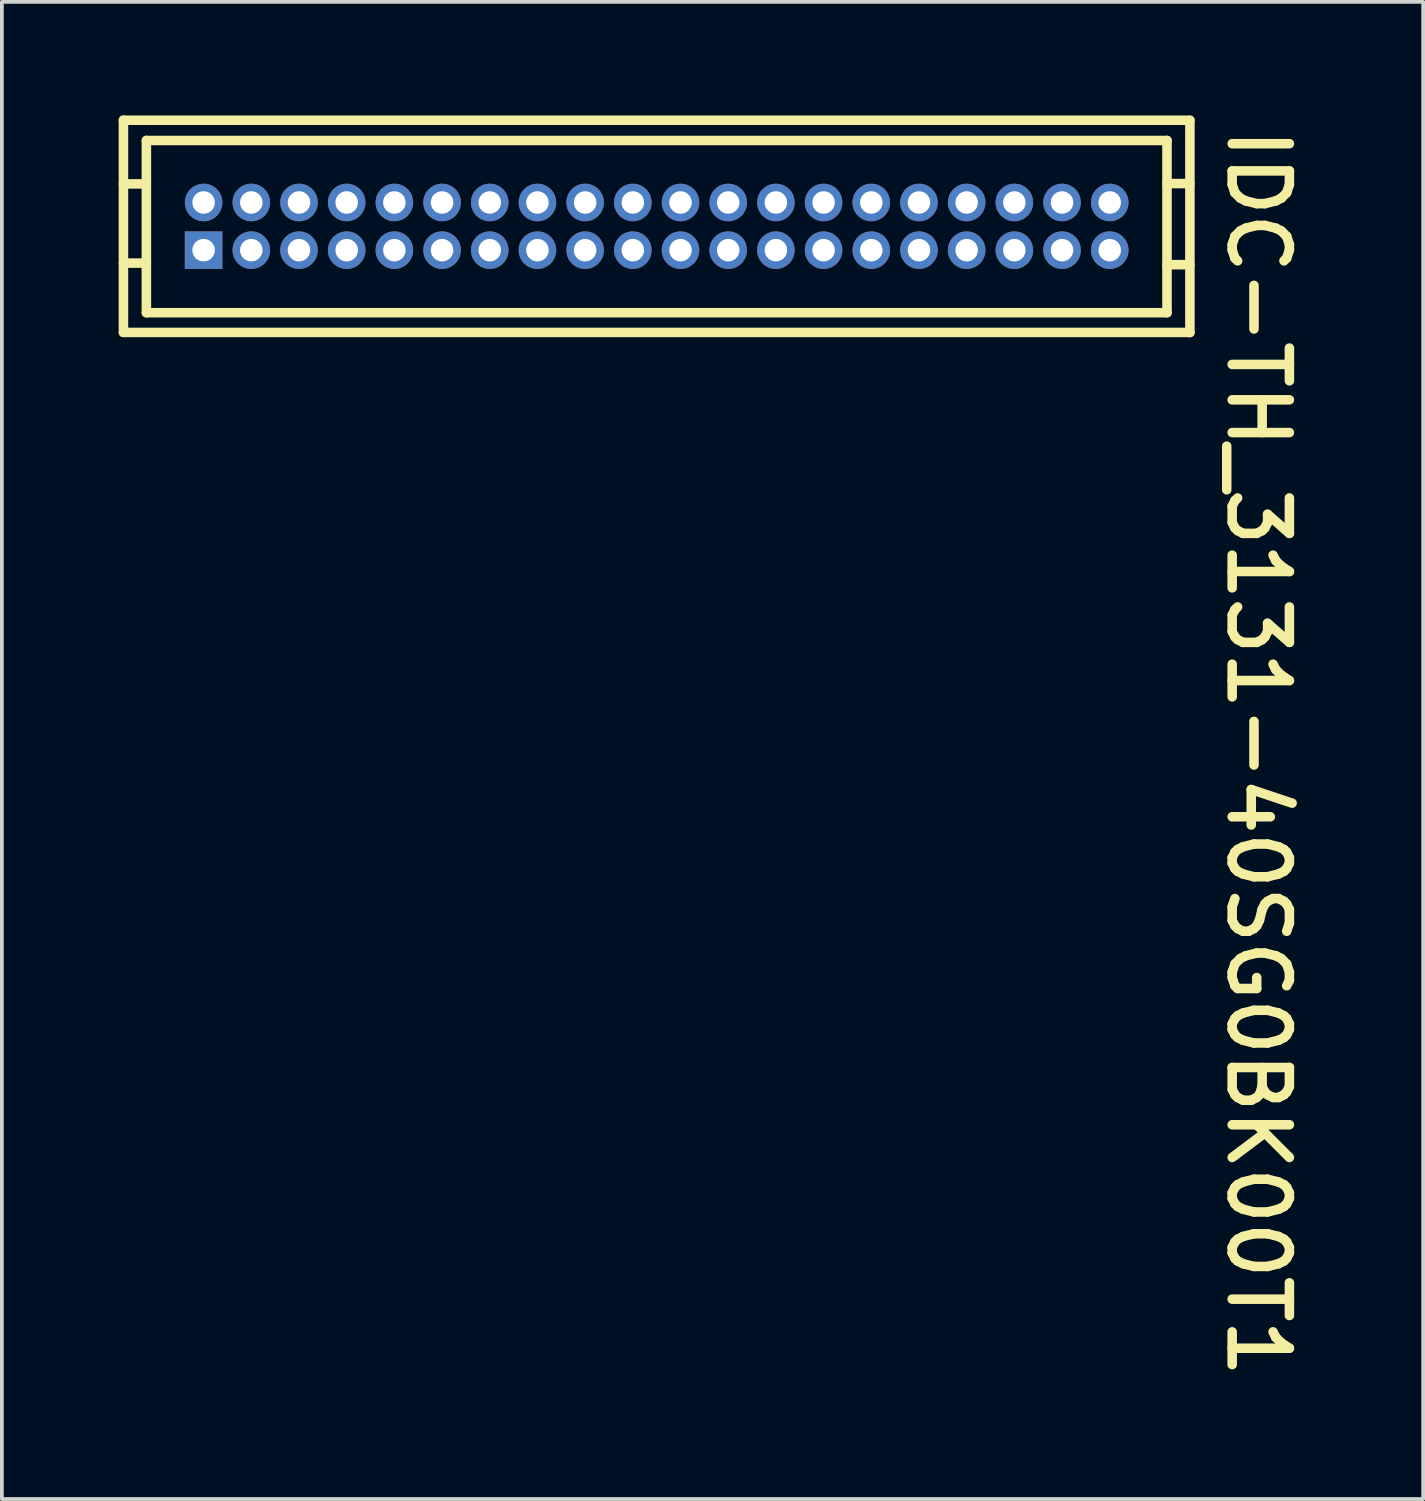
<source format=kicad_pcb>
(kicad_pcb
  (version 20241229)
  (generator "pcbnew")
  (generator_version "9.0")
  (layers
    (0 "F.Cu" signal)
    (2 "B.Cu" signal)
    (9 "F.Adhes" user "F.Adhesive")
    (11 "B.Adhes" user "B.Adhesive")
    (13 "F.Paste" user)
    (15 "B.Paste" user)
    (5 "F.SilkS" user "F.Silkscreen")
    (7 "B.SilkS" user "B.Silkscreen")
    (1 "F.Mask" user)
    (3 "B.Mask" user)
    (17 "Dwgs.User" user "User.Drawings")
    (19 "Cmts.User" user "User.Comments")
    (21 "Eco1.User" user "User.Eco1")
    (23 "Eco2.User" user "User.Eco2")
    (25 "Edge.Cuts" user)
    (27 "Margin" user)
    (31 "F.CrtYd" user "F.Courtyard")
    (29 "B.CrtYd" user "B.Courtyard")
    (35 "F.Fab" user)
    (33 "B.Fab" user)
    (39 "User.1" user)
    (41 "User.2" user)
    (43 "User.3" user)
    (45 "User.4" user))
  (footprint "IDC-TH_3131-40SG0BK00T1"
    (layer "F.Cu")
    (at 14.437 2.977)
    (property "Reference" "IDC-TH_3131-40SG0BK00T1" (at 15.126 -2.731 270) (unlocked yes) (layer "F.SilkS") (effects (font (size 1.524 1.524) (thickness 0.254)) (justify left bottom)))
    (fp_line (start -14.2 -2.825) (end -14.2 2.825) (stroke (width 0.254) (type solid)) (layer "F.SilkS"))
    (fp_line (start -14.2 -2.825) (end 14.2 -2.825) (stroke (width 0.254) (type solid)) (layer "F.SilkS"))
    (fp_line (start -14.2 -1.129) (end -13.589 -1.129) (stroke (width 0.254) (type solid)) (layer "F.SilkS"))
    (fp_line (start -14.2 0.98) (end -13.589 0.98) (stroke (width 0.254) (type solid)) (layer "F.SilkS"))
    (fp_line (start -14.2 2.825) (end 14.2 2.825) (stroke (width 0.254) (type solid)) (layer "F.SilkS"))
    (fp_line (start -13.589 -2.286) (end -13.589 2.3) (stroke (width 0.254) (type solid)) (layer "F.SilkS"))
    (fp_line (start -13.589 -2.286) (end 13.59 -2.286) (stroke (width 0.254) (type solid)) (layer "F.SilkS"))
    (fp_line (start -13.589 2.3) (end 13.59 2.3) (stroke (width 0.254) (type solid)) (layer "F.SilkS"))
    (fp_line (start 13.589 -1.138) (end 14.2 -1.138) (stroke (width 0.254) (type solid)) (layer "F.SilkS"))
    (fp_line (start 13.589 1.021) (end 14.2 1.021) (stroke (width 0.254) (type solid)) (layer "F.SilkS"))
    (fp_line (start 13.59 -2.286) (end 13.59 2.3) (stroke (width 0.254) (type solid)) (layer "F.SilkS"))
    (fp_line (start 14.2 -2.82) (end 14.2 2.83) (stroke (width 0.254) (type solid)) (layer "F.SilkS"))
    (fp_line (start -14.327 -2.952) (end -14.327 2.957) (stroke (width 0.051) (type solid)) (layer "Eco1.User"))
    (fp_line (start -14.327 -2.952) (end 14.327 -2.952) (stroke (width 0.051) (type solid)) (layer "Eco1.User"))
    (fp_line (start -14.327 2.957) (end 14.327 2.957) (stroke (width 0.051) (type solid)) (layer "Eco1.User"))
    (fp_line (start 14.327 -2.952) (end 14.327 2.957) (stroke (width 0.051) (type solid)) (layer "Eco1.User"))
    (fp_poly (pts (xy -14.267 2.957) (xy -14.267 2.932) (xy -14.302 2.897) (xy -14.352 2.897) (xy -14.387 2.932) (xy -14.387 2.957) (xy -14.387 2.982) (xy -14.352 3.017) (xy -14.302 3.017) (xy -14.267 2.982)) (stroke (width 0.1) (type default)) (fill no) (layer "Eco1.User"))
    (fp_poly (pts (xy -11.865 -0.635) (xy -11.865 -0.675) (xy -11.895 -0.748) (xy -11.952 -0.805) (xy -12.025 -0.835) (xy -12.105 -0.835) (xy -12.178 -0.805) (xy -12.235 -0.748) (xy -12.265 -0.675) (xy -12.265 -0.635) (xy -12.265 -0.595) (xy -12.235 -0.522) (xy -12.178 -0.465) (xy -12.105 -0.435) (xy -12.025 -0.435) (xy -11.952 -0.465) (xy -11.895 -0.522) (xy -11.865 -0.595)) (stroke (width 0.1) (type default)) (fill no) (layer "Eco1.User"))
    (fp_poly (pts (xy -11.865 0.635) (xy -11.865 0.595) (xy -11.895 0.522) (xy -11.952 0.465) (xy -12.025 0.435) (xy -12.105 0.435) (xy -12.178 0.465) (xy -12.235 0.522) (xy -12.265 0.595) (xy -12.265 0.635) (xy -12.265 0.675) (xy -12.235 0.748) (xy -12.178 0.805) (xy -12.105 0.835) (xy -12.025 0.835) (xy -11.952 0.805) (xy -11.895 0.748) (xy -11.865 0.675)) (stroke (width 0.1) (type default)) (fill no) (layer "Eco1.User"))
    (fp_poly (pts (xy -10.595 -0.635) (xy -10.595 -0.675) (xy -10.625 -0.748) (xy -10.682 -0.805) (xy -10.755 -0.835) (xy -10.835 -0.835) (xy -10.908 -0.805) (xy -10.965 -0.748) (xy -10.995 -0.675) (xy -10.995 -0.635) (xy -10.995 -0.595) (xy -10.965 -0.522) (xy -10.908 -0.465) (xy -10.835 -0.435) (xy -10.755 -0.435) (xy -10.682 -0.465) (xy -10.625 -0.522) (xy -10.595 -0.595)) (stroke (width 0.1) (type default)) (fill no) (layer "Eco1.User"))
    (fp_poly (pts (xy -10.595 0.635) (xy -10.595 0.595) (xy -10.625 0.522) (xy -10.682 0.465) (xy -10.755 0.435) (xy -10.835 0.435) (xy -10.908 0.465) (xy -10.965 0.522) (xy -10.995 0.595) (xy -10.995 0.635) (xy -10.995 0.675) (xy -10.965 0.748) (xy -10.908 0.805) (xy -10.835 0.835) (xy -10.755 0.835) (xy -10.682 0.805) (xy -10.625 0.748) (xy -10.595 0.675)) (stroke (width 0.1) (type default)) (fill no) (layer "Eco1.User"))
    (fp_poly (pts (xy -9.325 -0.635) (xy -9.325 -0.675) (xy -9.355 -0.748) (xy -9.412 -0.805) (xy -9.485 -0.835) (xy -9.565 -0.835) (xy -9.638 -0.805) (xy -9.695 -0.748) (xy -9.725 -0.675) (xy -9.725 -0.635) (xy -9.725 -0.595) (xy -9.695 -0.522) (xy -9.638 -0.465) (xy -9.565 -0.435) (xy -9.485 -0.435) (xy -9.412 -0.465) (xy -9.355 -0.522) (xy -9.325 -0.595)) (stroke (width 0.1) (type default)) (fill no) (layer "Eco1.User"))
    (fp_poly (pts (xy -9.325 0.635) (xy -9.325 0.595) (xy -9.355 0.522) (xy -9.412 0.465) (xy -9.485 0.435) (xy -9.565 0.435) (xy -9.638 0.465) (xy -9.695 0.522) (xy -9.725 0.595) (xy -9.725 0.635) (xy -9.725 0.675) (xy -9.695 0.748) (xy -9.638 0.805) (xy -9.565 0.835) (xy -9.485 0.835) (xy -9.412 0.805) (xy -9.355 0.748) (xy -9.325 0.675)) (stroke (width 0.1) (type default)) (fill no) (layer "Eco1.User"))
    (fp_poly (pts (xy -8.055 -0.635) (xy -8.055 -0.675) (xy -8.085 -0.748) (xy -8.142 -0.805) (xy -8.215 -0.835) (xy -8.295 -0.835) (xy -8.368 -0.805) (xy -8.425 -0.748) (xy -8.455 -0.675) (xy -8.455 -0.635) (xy -8.455 -0.595) (xy -8.425 -0.522) (xy -8.368 -0.465) (xy -8.295 -0.435) (xy -8.215 -0.435) (xy -8.142 -0.465) (xy -8.085 -0.522) (xy -8.055 -0.595)) (stroke (width 0.1) (type default)) (fill no) (layer "Eco1.User"))
    (fp_poly (pts (xy -8.055 0.635) (xy -8.055 0.595) (xy -8.085 0.522) (xy -8.142 0.465) (xy -8.215 0.435) (xy -8.295 0.435) (xy -8.368 0.465) (xy -8.425 0.522) (xy -8.455 0.595) (xy -8.455 0.635) (xy -8.455 0.675) (xy -8.425 0.748) (xy -8.368 0.805) (xy -8.295 0.835) (xy -8.215 0.835) (xy -8.142 0.805) (xy -8.085 0.748) (xy -8.055 0.675)) (stroke (width 0.1) (type default)) (fill no) (layer "Eco1.User"))
    (fp_poly (pts (xy -6.785 -0.635) (xy -6.785 -0.675) (xy -6.815 -0.748) (xy -6.872 -0.805) (xy -6.945 -0.835) (xy -7.025 -0.835) (xy -7.098 -0.805) (xy -7.155 -0.748) (xy -7.185 -0.675) (xy -7.185 -0.635) (xy -7.185 -0.595) (xy -7.155 -0.522) (xy -7.098 -0.465) (xy -7.025 -0.435) (xy -6.945 -0.435) (xy -6.872 -0.465) (xy -6.815 -0.522) (xy -6.785 -0.595)) (stroke (width 0.1) (type default)) (fill no) (layer "Eco1.User"))
    (fp_poly (pts (xy -6.785 0.635) (xy -6.785 0.595) (xy -6.815 0.522) (xy -6.872 0.465) (xy -6.945 0.435) (xy -7.025 0.435) (xy -7.098 0.465) (xy -7.155 0.522) (xy -7.185 0.595) (xy -7.185 0.635) (xy -7.185 0.675) (xy -7.155 0.748) (xy -7.098 0.805) (xy -7.025 0.835) (xy -6.945 0.835) (xy -6.872 0.805) (xy -6.815 0.748) (xy -6.785 0.675)) (stroke (width 0.1) (type default)) (fill no) (layer "Eco1.User"))
    (fp_poly (pts (xy -5.515 -0.635) (xy -5.515 -0.675) (xy -5.545 -0.748) (xy -5.602 -0.805) (xy -5.675 -0.835) (xy -5.755 -0.835) (xy -5.828 -0.805) (xy -5.885 -0.748) (xy -5.915 -0.675) (xy -5.915 -0.635) (xy -5.915 -0.595) (xy -5.885 -0.522) (xy -5.828 -0.465) (xy -5.755 -0.435) (xy -5.675 -0.435) (xy -5.602 -0.465) (xy -5.545 -0.522) (xy -5.515 -0.595)) (stroke (width 0.1) (type default)) (fill no) (layer "Eco1.User"))
    (fp_poly (pts (xy -5.515 0.635) (xy -5.515 0.595) (xy -5.545 0.522) (xy -5.602 0.465) (xy -5.675 0.435) (xy -5.755 0.435) (xy -5.828 0.465) (xy -5.885 0.522) (xy -5.915 0.595) (xy -5.915 0.635) (xy -5.915 0.675) (xy -5.885 0.748) (xy -5.828 0.805) (xy -5.755 0.835) (xy -5.675 0.835) (xy -5.602 0.805) (xy -5.545 0.748) (xy -5.515 0.675)) (stroke (width 0.1) (type default)) (fill no) (layer "Eco1.User"))
    (fp_poly (pts (xy -4.245 -0.635) (xy -4.245 -0.675) (xy -4.275 -0.748) (xy -4.332 -0.805) (xy -4.405 -0.835) (xy -4.485 -0.835) (xy -4.558 -0.805) (xy -4.615 -0.748) (xy -4.645 -0.675) (xy -4.645 -0.635) (xy -4.645 -0.595) (xy -4.615 -0.522) (xy -4.558 -0.465) (xy -4.485 -0.435) (xy -4.405 -0.435) (xy -4.332 -0.465) (xy -4.275 -0.522) (xy -4.245 -0.595)) (stroke (width 0.1) (type default)) (fill no) (layer "Eco1.User"))
    (fp_poly (pts (xy -4.245 0.635) (xy -4.245 0.595) (xy -4.275 0.522) (xy -4.332 0.465) (xy -4.405 0.435) (xy -4.485 0.435) (xy -4.558 0.465) (xy -4.615 0.522) (xy -4.645 0.595) (xy -4.645 0.635) (xy -4.645 0.675) (xy -4.615 0.748) (xy -4.558 0.805) (xy -4.485 0.835) (xy -4.405 0.835) (xy -4.332 0.805) (xy -4.275 0.748) (xy -4.245 0.675)) (stroke (width 0.1) (type default)) (fill no) (layer "Eco1.User"))
    (fp_poly (pts (xy -2.975 -0.635) (xy -2.975 -0.675) (xy -3.005 -0.748) (xy -3.062 -0.805) (xy -3.135 -0.835) (xy -3.215 -0.835) (xy -3.288 -0.805) (xy -3.345 -0.748) (xy -3.375 -0.675) (xy -3.375 -0.635) (xy -3.375 -0.595) (xy -3.345 -0.522) (xy -3.288 -0.465) (xy -3.215 -0.435) (xy -3.135 -0.435) (xy -3.062 -0.465) (xy -3.005 -0.522) (xy -2.975 -0.595)) (stroke (width 0.1) (type default)) (fill no) (layer "Eco1.User"))
    (fp_poly (pts (xy -2.975 0.635) (xy -2.975 0.595) (xy -3.005 0.522) (xy -3.062 0.465) (xy -3.135 0.435) (xy -3.215 0.435) (xy -3.288 0.465) (xy -3.345 0.522) (xy -3.375 0.595) (xy -3.375 0.635) (xy -3.375 0.675) (xy -3.345 0.748) (xy -3.288 0.805) (xy -3.215 0.835) (xy -3.135 0.835) (xy -3.062 0.805) (xy -3.005 0.748) (xy -2.975 0.675)) (stroke (width 0.1) (type default)) (fill no) (layer "Eco1.User"))
    (fp_poly (pts (xy -1.705 -0.635) (xy -1.705 -0.675) (xy -1.735 -0.748) (xy -1.792 -0.805) (xy -1.865 -0.835) (xy -1.945 -0.835) (xy -2.018 -0.805) (xy -2.075 -0.748) (xy -2.105 -0.675) (xy -2.105 -0.635) (xy -2.105 -0.595) (xy -2.075 -0.522) (xy -2.018 -0.465) (xy -1.945 -0.435) (xy -1.865 -0.435) (xy -1.792 -0.465) (xy -1.735 -0.522) (xy -1.705 -0.595)) (stroke (width 0.1) (type default)) (fill no) (layer "Eco1.User"))
    (fp_poly (pts (xy -1.705 0.635) (xy -1.705 0.595) (xy -1.735 0.522) (xy -1.792 0.465) (xy -1.865 0.435) (xy -1.945 0.435) (xy -2.018 0.465) (xy -2.075 0.522) (xy -2.105 0.595) (xy -2.105 0.635) (xy -2.105 0.675) (xy -2.075 0.748) (xy -2.018 0.805) (xy -1.945 0.835) (xy -1.865 0.835) (xy -1.792 0.805) (xy -1.735 0.748) (xy -1.705 0.675)) (stroke (width 0.1) (type default)) (fill no) (layer "Eco1.User"))
    (fp_poly (pts (xy -0.435 -0.635) (xy -0.435 -0.675) (xy -0.465 -0.748) (xy -0.522 -0.805) (xy -0.595 -0.835) (xy -0.675 -0.835) (xy -0.748 -0.805) (xy -0.805 -0.748) (xy -0.835 -0.675) (xy -0.835 -0.635) (xy -0.835 -0.595) (xy -0.805 -0.522) (xy -0.748 -0.465) (xy -0.675 -0.435) (xy -0.595 -0.435) (xy -0.522 -0.465) (xy -0.465 -0.522) (xy -0.435 -0.595)) (stroke (width 0.1) (type default)) (fill no) (layer "Eco1.User"))
    (fp_poly (pts (xy -0.435 0.635) (xy -0.435 0.595) (xy -0.465 0.522) (xy -0.522 0.465) (xy -0.595 0.435) (xy -0.675 0.435) (xy -0.748 0.465) (xy -0.805 0.522) (xy -0.835 0.595) (xy -0.835 0.635) (xy -0.835 0.675) (xy -0.805 0.748) (xy -0.748 0.805) (xy -0.675 0.835) (xy -0.595 0.835) (xy -0.522 0.805) (xy -0.465 0.748) (xy -0.435 0.675)) (stroke (width 0.1) (type default)) (fill no) (layer "Eco1.User"))
    (fp_poly (pts (xy 0.835 -0.635) (xy 0.835 -0.675) (xy 0.805 -0.748) (xy 0.748 -0.805) (xy 0.675 -0.835) (xy 0.595 -0.835) (xy 0.522 -0.805) (xy 0.465 -0.748) (xy 0.435 -0.675) (xy 0.435 -0.635) (xy 0.435 -0.595) (xy 0.465 -0.522) (xy 0.522 -0.465) (xy 0.595 -0.435) (xy 0.675 -0.435) (xy 0.748 -0.465) (xy 0.805 -0.522) (xy 0.835 -0.595)) (stroke (width 0.1) (type default)) (fill no) (layer "Eco1.User"))
    (fp_poly (pts (xy 0.835 0.635) (xy 0.835 0.595) (xy 0.805 0.522) (xy 0.748 0.465) (xy 0.675 0.435) (xy 0.595 0.435) (xy 0.522 0.465) (xy 0.465 0.522) (xy 0.435 0.595) (xy 0.435 0.635) (xy 0.435 0.675) (xy 0.465 0.748) (xy 0.522 0.805) (xy 0.595 0.835) (xy 0.675 0.835) (xy 0.748 0.805) (xy 0.805 0.748) (xy 0.835 0.675)) (stroke (width 0.1) (type default)) (fill no) (layer "Eco1.User"))
    (fp_poly (pts (xy 2.105 -0.635) (xy 2.105 -0.675) (xy 2.075 -0.748) (xy 2.018 -0.805) (xy 1.945 -0.835) (xy 1.865 -0.835) (xy 1.792 -0.805) (xy 1.735 -0.748) (xy 1.705 -0.675) (xy 1.705 -0.635) (xy 1.705 -0.595) (xy 1.735 -0.522) (xy 1.792 -0.465) (xy 1.865 -0.435) (xy 1.945 -0.435) (xy 2.018 -0.465) (xy 2.075 -0.522) (xy 2.105 -0.595)) (stroke (width 0.1) (type default)) (fill no) (layer "Eco1.User"))
    (fp_poly (pts (xy 2.105 0.635) (xy 2.105 0.595) (xy 2.075 0.522) (xy 2.018 0.465) (xy 1.945 0.435) (xy 1.865 0.435) (xy 1.792 0.465) (xy 1.735 0.522) (xy 1.705 0.595) (xy 1.705 0.635) (xy 1.705 0.675) (xy 1.735 0.748) (xy 1.792 0.805) (xy 1.865 0.835) (xy 1.945 0.835) (xy 2.018 0.805) (xy 2.075 0.748) (xy 2.105 0.675)) (stroke (width 0.1) (type default)) (fill no) (layer "Eco1.User"))
    (fp_poly (pts (xy 3.375 -0.635) (xy 3.375 -0.675) (xy 3.345 -0.748) (xy 3.288 -0.805) (xy 3.215 -0.835) (xy 3.135 -0.835) (xy 3.062 -0.805) (xy 3.005 -0.748) (xy 2.975 -0.675) (xy 2.975 -0.635) (xy 2.975 -0.595) (xy 3.005 -0.522) (xy 3.062 -0.465) (xy 3.135 -0.435) (xy 3.215 -0.435) (xy 3.288 -0.465) (xy 3.345 -0.522) (xy 3.375 -0.595)) (stroke (width 0.1) (type default)) (fill no) (layer "Eco1.User"))
    (fp_poly (pts (xy 3.375 0.635) (xy 3.375 0.595) (xy 3.345 0.522) (xy 3.288 0.465) (xy 3.215 0.435) (xy 3.135 0.435) (xy 3.062 0.465) (xy 3.005 0.522) (xy 2.975 0.595) (xy 2.975 0.635) (xy 2.975 0.675) (xy 3.005 0.748) (xy 3.062 0.805) (xy 3.135 0.835) (xy 3.215 0.835) (xy 3.288 0.805) (xy 3.345 0.748) (xy 3.375 0.675)) (stroke (width 0.1) (type default)) (fill no) (layer "Eco1.User"))
    (fp_poly (pts (xy 4.645 -0.635) (xy 4.645 -0.675) (xy 4.615 -0.748) (xy 4.558 -0.805) (xy 4.485 -0.835) (xy 4.405 -0.835) (xy 4.332 -0.805) (xy 4.275 -0.748) (xy 4.245 -0.675) (xy 4.245 -0.635) (xy 4.245 -0.595) (xy 4.275 -0.522) (xy 4.332 -0.465) (xy 4.405 -0.435) (xy 4.485 -0.435) (xy 4.558 -0.465) (xy 4.615 -0.522) (xy 4.645 -0.595)) (stroke (width 0.1) (type default)) (fill no) (layer "Eco1.User"))
    (fp_poly (pts (xy 4.645 0.635) (xy 4.645 0.595) (xy 4.615 0.522) (xy 4.558 0.465) (xy 4.485 0.435) (xy 4.405 0.435) (xy 4.332 0.465) (xy 4.275 0.522) (xy 4.245 0.595) (xy 4.245 0.635) (xy 4.245 0.675) (xy 4.275 0.748) (xy 4.332 0.805) (xy 4.405 0.835) (xy 4.485 0.835) (xy 4.558 0.805) (xy 4.615 0.748) (xy 4.645 0.675)) (stroke (width 0.1) (type default)) (fill no) (layer "Eco1.User"))
    (fp_poly (pts (xy 5.915 -0.635) (xy 5.915 -0.675) (xy 5.885 -0.748) (xy 5.828 -0.805) (xy 5.755 -0.835) (xy 5.675 -0.835) (xy 5.602 -0.805) (xy 5.545 -0.748) (xy 5.515 -0.675) (xy 5.515 -0.635) (xy 5.515 -0.595) (xy 5.545 -0.522) (xy 5.602 -0.465) (xy 5.675 -0.435) (xy 5.755 -0.435) (xy 5.828 -0.465) (xy 5.885 -0.522) (xy 5.915 -0.595)) (stroke (width 0.1) (type default)) (fill no) (layer "Eco1.User"))
    (fp_poly (pts (xy 5.915 0.635) (xy 5.915 0.595) (xy 5.885 0.522) (xy 5.828 0.465) (xy 5.755 0.435) (xy 5.675 0.435) (xy 5.602 0.465) (xy 5.545 0.522) (xy 5.515 0.595) (xy 5.515 0.635) (xy 5.515 0.675) (xy 5.545 0.748) (xy 5.602 0.805) (xy 5.675 0.835) (xy 5.755 0.835) (xy 5.828 0.805) (xy 5.885 0.748) (xy 5.915 0.675)) (stroke (width 0.1) (type default)) (fill no) (layer "Eco1.User"))
    (fp_poly (pts (xy 7.185 -0.635) (xy 7.185 -0.675) (xy 7.155 -0.748) (xy 7.098 -0.805) (xy 7.025 -0.835) (xy 6.945 -0.835) (xy 6.872 -0.805) (xy 6.815 -0.748) (xy 6.785 -0.675) (xy 6.785 -0.635) (xy 6.785 -0.595) (xy 6.815 -0.522) (xy 6.872 -0.465) (xy 6.945 -0.435) (xy 7.025 -0.435) (xy 7.098 -0.465) (xy 7.155 -0.522) (xy 7.185 -0.595)) (stroke (width 0.1) (type default)) (fill no) (layer "Eco1.User"))
    (fp_poly (pts (xy 7.185 0.635) (xy 7.185 0.595) (xy 7.155 0.522) (xy 7.098 0.465) (xy 7.025 0.435) (xy 6.945 0.435) (xy 6.872 0.465) (xy 6.815 0.522) (xy 6.785 0.595) (xy 6.785 0.635) (xy 6.785 0.675) (xy 6.815 0.748) (xy 6.872 0.805) (xy 6.945 0.835) (xy 7.025 0.835) (xy 7.098 0.805) (xy 7.155 0.748) (xy 7.185 0.675)) (stroke (width 0.1) (type default)) (fill no) (layer "Eco1.User"))
    (fp_poly (pts (xy 8.455 -0.635) (xy 8.455 -0.675) (xy 8.425 -0.748) (xy 8.368 -0.805) (xy 8.295 -0.835) (xy 8.215 -0.835) (xy 8.142 -0.805) (xy 8.085 -0.748) (xy 8.055 -0.675) (xy 8.055 -0.635) (xy 8.055 -0.595) (xy 8.085 -0.522) (xy 8.142 -0.465) (xy 8.215 -0.435) (xy 8.295 -0.435) (xy 8.368 -0.465) (xy 8.425 -0.522) (xy 8.455 -0.595)) (stroke (width 0.1) (type default)) (fill no) (layer "Eco1.User"))
    (fp_poly (pts (xy 8.455 0.635) (xy 8.455 0.595) (xy 8.425 0.522) (xy 8.368 0.465) (xy 8.295 0.435) (xy 8.215 0.435) (xy 8.142 0.465) (xy 8.085 0.522) (xy 8.055 0.595) (xy 8.055 0.635) (xy 8.055 0.675) (xy 8.085 0.748) (xy 8.142 0.805) (xy 8.215 0.835) (xy 8.295 0.835) (xy 8.368 0.805) (xy 8.425 0.748) (xy 8.455 0.675)) (stroke (width 0.1) (type default)) (fill no) (layer "Eco1.User"))
    (fp_poly (pts (xy 9.725 -0.635) (xy 9.725 -0.675) (xy 9.695 -0.748) (xy 9.638 -0.805) (xy 9.565 -0.835) (xy 9.485 -0.835) (xy 9.412 -0.805) (xy 9.355 -0.748) (xy 9.325 -0.675) (xy 9.325 -0.635) (xy 9.325 -0.595) (xy 9.355 -0.522) (xy 9.412 -0.465) (xy 9.485 -0.435) (xy 9.565 -0.435) (xy 9.638 -0.465) (xy 9.695 -0.522) (xy 9.725 -0.595)) (stroke (width 0.1) (type default)) (fill no) (layer "Eco1.User"))
    (fp_poly (pts (xy 9.725 0.635) (xy 9.725 0.595) (xy 9.695 0.522) (xy 9.638 0.465) (xy 9.565 0.435) (xy 9.485 0.435) (xy 9.412 0.465) (xy 9.355 0.522) (xy 9.325 0.595) (xy 9.325 0.635) (xy 9.325 0.675) (xy 9.355 0.748) (xy 9.412 0.805) (xy 9.485 0.835) (xy 9.565 0.835) (xy 9.638 0.805) (xy 9.695 0.748) (xy 9.725 0.675)) (stroke (width 0.1) (type default)) (fill no) (layer "Eco1.User"))
    (fp_poly (pts (xy 10.995 -0.635) (xy 10.995 -0.675) (xy 10.965 -0.748) (xy 10.908 -0.805) (xy 10.835 -0.835) (xy 10.755 -0.835) (xy 10.682 -0.805) (xy 10.625 -0.748) (xy 10.595 -0.675) (xy 10.595 -0.635) (xy 10.595 -0.595) (xy 10.625 -0.522) (xy 10.682 -0.465) (xy 10.755 -0.435) (xy 10.835 -0.435) (xy 10.908 -0.465) (xy 10.965 -0.522) (xy 10.995 -0.595)) (stroke (width 0.1) (type default)) (fill no) (layer "Eco1.User"))
    (fp_poly (pts (xy 10.995 0.635) (xy 10.995 0.595) (xy 10.965 0.522) (xy 10.908 0.465) (xy 10.835 0.435) (xy 10.755 0.435) (xy 10.682 0.465) (xy 10.625 0.522) (xy 10.595 0.595) (xy 10.595 0.635) (xy 10.595 0.675) (xy 10.625 0.748) (xy 10.682 0.805) (xy 10.755 0.835) (xy 10.835 0.835) (xy 10.908 0.805) (xy 10.965 0.748) (xy 10.995 0.675)) (stroke (width 0.1) (type default)) (fill no) (layer "Eco1.User"))
    (fp_poly (pts (xy 12.265 -0.635) (xy 12.265 -0.675) (xy 12.235 -0.748) (xy 12.178 -0.805) (xy 12.105 -0.835) (xy 12.025 -0.835) (xy 11.952 -0.805) (xy 11.895 -0.748) (xy 11.865 -0.675) (xy 11.865 -0.635) (xy 11.865 -0.595) (xy 11.895 -0.522) (xy 11.952 -0.465) (xy 12.025 -0.435) (xy 12.105 -0.435) (xy 12.178 -0.465) (xy 12.235 -0.522) (xy 12.265 -0.595)) (stroke (width 0.1) (type default)) (fill no) (layer "Eco1.User"))
    (fp_poly (pts (xy 12.265 0.635) (xy 12.265 0.595) (xy 12.235 0.522) (xy 12.178 0.465) (xy 12.105 0.435) (xy 12.025 0.435) (xy 11.952 0.465) (xy 11.895 0.522) (xy 11.865 0.595) (xy 11.865 0.635) (xy 11.865 0.675) (xy 11.895 0.748) (xy 11.952 0.805) (xy 12.025 0.835) (xy 12.105 0.835) (xy 12.178 0.805) (xy 12.235 0.748) (xy 12.265 0.675)) (stroke (width 0.1) (type default)) (fill no) (layer "Eco1.User"))
    (pad "1" thru_hole rect (at -12.065 0.635) (size 1 1) (drill 0.6) (layers "*.Cu" "*.Mask"))
    (pad "2" thru_hole circle (at -12.065 -0.635) (size 1 1) (drill 0.6) (layers "*.Cu" "*.Mask"))
    (pad "3" thru_hole circle (at -10.795 0.635) (size 1 1) (drill 0.6) (layers "*.Cu" "*.Mask"))
    (pad "4" thru_hole circle (at -10.795 -0.635) (size 1 1) (drill 0.6) (layers "*.Cu" "*.Mask"))
    (pad "5" thru_hole circle (at -9.525 0.635) (size 1 1) (drill 0.6) (layers "*.Cu" "*.Mask"))
    (pad "6" thru_hole circle (at -9.525 -0.635) (size 1 1) (drill 0.6) (layers "*.Cu" "*.Mask"))
    (pad "7" thru_hole circle (at -8.255 0.635) (size 1 1) (drill 0.6) (layers "*.Cu" "*.Mask"))
    (pad "8" thru_hole circle (at -8.255 -0.635) (size 1 1) (drill 0.6) (layers "*.Cu" "*.Mask"))
    (pad "9" thru_hole circle (at -6.985 0.635) (size 1 1) (drill 0.6) (layers "*.Cu" "*.Mask"))
    (pad "10" thru_hole circle (at -6.985 -0.635) (size 1 1) (drill 0.6) (layers "*.Cu" "*.Mask"))
    (pad "11" thru_hole circle (at -5.715 0.635) (size 1 1) (drill 0.6) (layers "*.Cu" "*.Mask"))
    (pad "12" thru_hole circle (at -5.715 -0.635) (size 1 1) (drill 0.6) (layers "*.Cu" "*.Mask"))
    (pad "13" thru_hole circle (at -4.445 0.635) (size 1 1) (drill 0.6) (layers "*.Cu" "*.Mask"))
    (pad "14" thru_hole circle (at -4.445 -0.635) (size 1 1) (drill 0.6) (layers "*.Cu" "*.Mask"))
    (pad "15" thru_hole circle (at -3.175 0.635) (size 1 1) (drill 0.6) (layers "*.Cu" "*.Mask"))
    (pad "16" thru_hole circle (at -3.175 -0.635) (size 1 1) (drill 0.6) (layers "*.Cu" "*.Mask"))
    (pad "17" thru_hole circle (at -1.905 0.635) (size 1 1) (drill 0.6) (layers "*.Cu" "*.Mask"))
    (pad "18" thru_hole circle (at -1.905 -0.635) (size 1 1) (drill 0.6) (layers "*.Cu" "*.Mask"))
    (pad "19" thru_hole circle (at -0.635 0.635) (size 1 1) (drill 0.6) (layers "*.Cu" "*.Mask"))
    (pad "20" thru_hole circle (at -0.635 -0.635) (size 1 1) (drill 0.6) (layers "*.Cu" "*.Mask"))
    (pad "21" thru_hole circle (at 0.635 0.635) (size 1 1) (drill 0.6) (layers "*.Cu" "*.Mask"))
    (pad "22" thru_hole circle (at 0.635 -0.635) (size 1 1) (drill 0.6) (layers "*.Cu" "*.Mask"))
    (pad "23" thru_hole circle (at 1.905 0.635) (size 1 1) (drill 0.6) (layers "*.Cu" "*.Mask"))
    (pad "24" thru_hole circle (at 1.905 -0.635) (size 1 1) (drill 0.6) (layers "*.Cu" "*.Mask"))
    (pad "25" thru_hole circle (at 3.175 0.635) (size 1 1) (drill 0.6) (layers "*.Cu" "*.Mask"))
    (pad "26" thru_hole circle (at 3.175 -0.635) (size 1 1) (drill 0.6) (layers "*.Cu" "*.Mask"))
    (pad "27" thru_hole circle (at 4.445 0.635) (size 1 1) (drill 0.6) (layers "*.Cu" "*.Mask"))
    (pad "28" thru_hole circle (at 4.445 -0.635) (size 1 1) (drill 0.6) (layers "*.Cu" "*.Mask"))
    (pad "29" thru_hole circle (at 5.715 0.635) (size 1 1) (drill 0.6) (layers "*.Cu" "*.Mask"))
    (pad "30" thru_hole circle (at 5.715 -0.635) (size 1 1) (drill 0.6) (layers "*.Cu" "*.Mask"))
    (pad "31" thru_hole circle (at 6.985 0.635) (size 1 1) (drill 0.6) (layers "*.Cu" "*.Mask"))
    (pad "32" thru_hole circle (at 6.985 -0.635) (size 1 1) (drill 0.6) (layers "*.Cu" "*.Mask"))
    (pad "33" thru_hole circle (at 8.255 0.635) (size 1 1) (drill 0.6) (layers "*.Cu" "*.Mask"))
    (pad "34" thru_hole circle (at 8.255 -0.635) (size 1 1) (drill 0.6) (layers "*.Cu" "*.Mask"))
    (pad "35" thru_hole circle (at 9.525 0.635) (size 1 1) (drill 0.6) (layers "*.Cu" "*.Mask"))
    (pad "36" thru_hole circle (at 9.525 -0.635) (size 1 1) (drill 0.6) (layers "*.Cu" "*.Mask"))
    (pad "37" thru_hole circle (at 10.795 0.635) (size 1 1) (drill 0.6) (layers "*.Cu" "*.Mask"))
    (pad "38" thru_hole circle (at 10.795 -0.635) (size 1 1) (drill 0.6) (layers "*.Cu" "*.Mask"))
    (pad "39" thru_hole circle (at 12.065 0.635) (size 1 1) (drill 0.6) (layers "*.Cu" "*.Mask"))
    (pad "40" thru_hole circle (at 12.065 -0.635) (size 1 1) (drill 0.6) (layers "*.Cu" "*.Mask")))
  (gr_rect
    (start -3 -3)
    (end 34.849 36.869)
    (stroke (width 0.1) (type default))
    (fill no)
    (layer "Edge.Cuts")))
</source>
